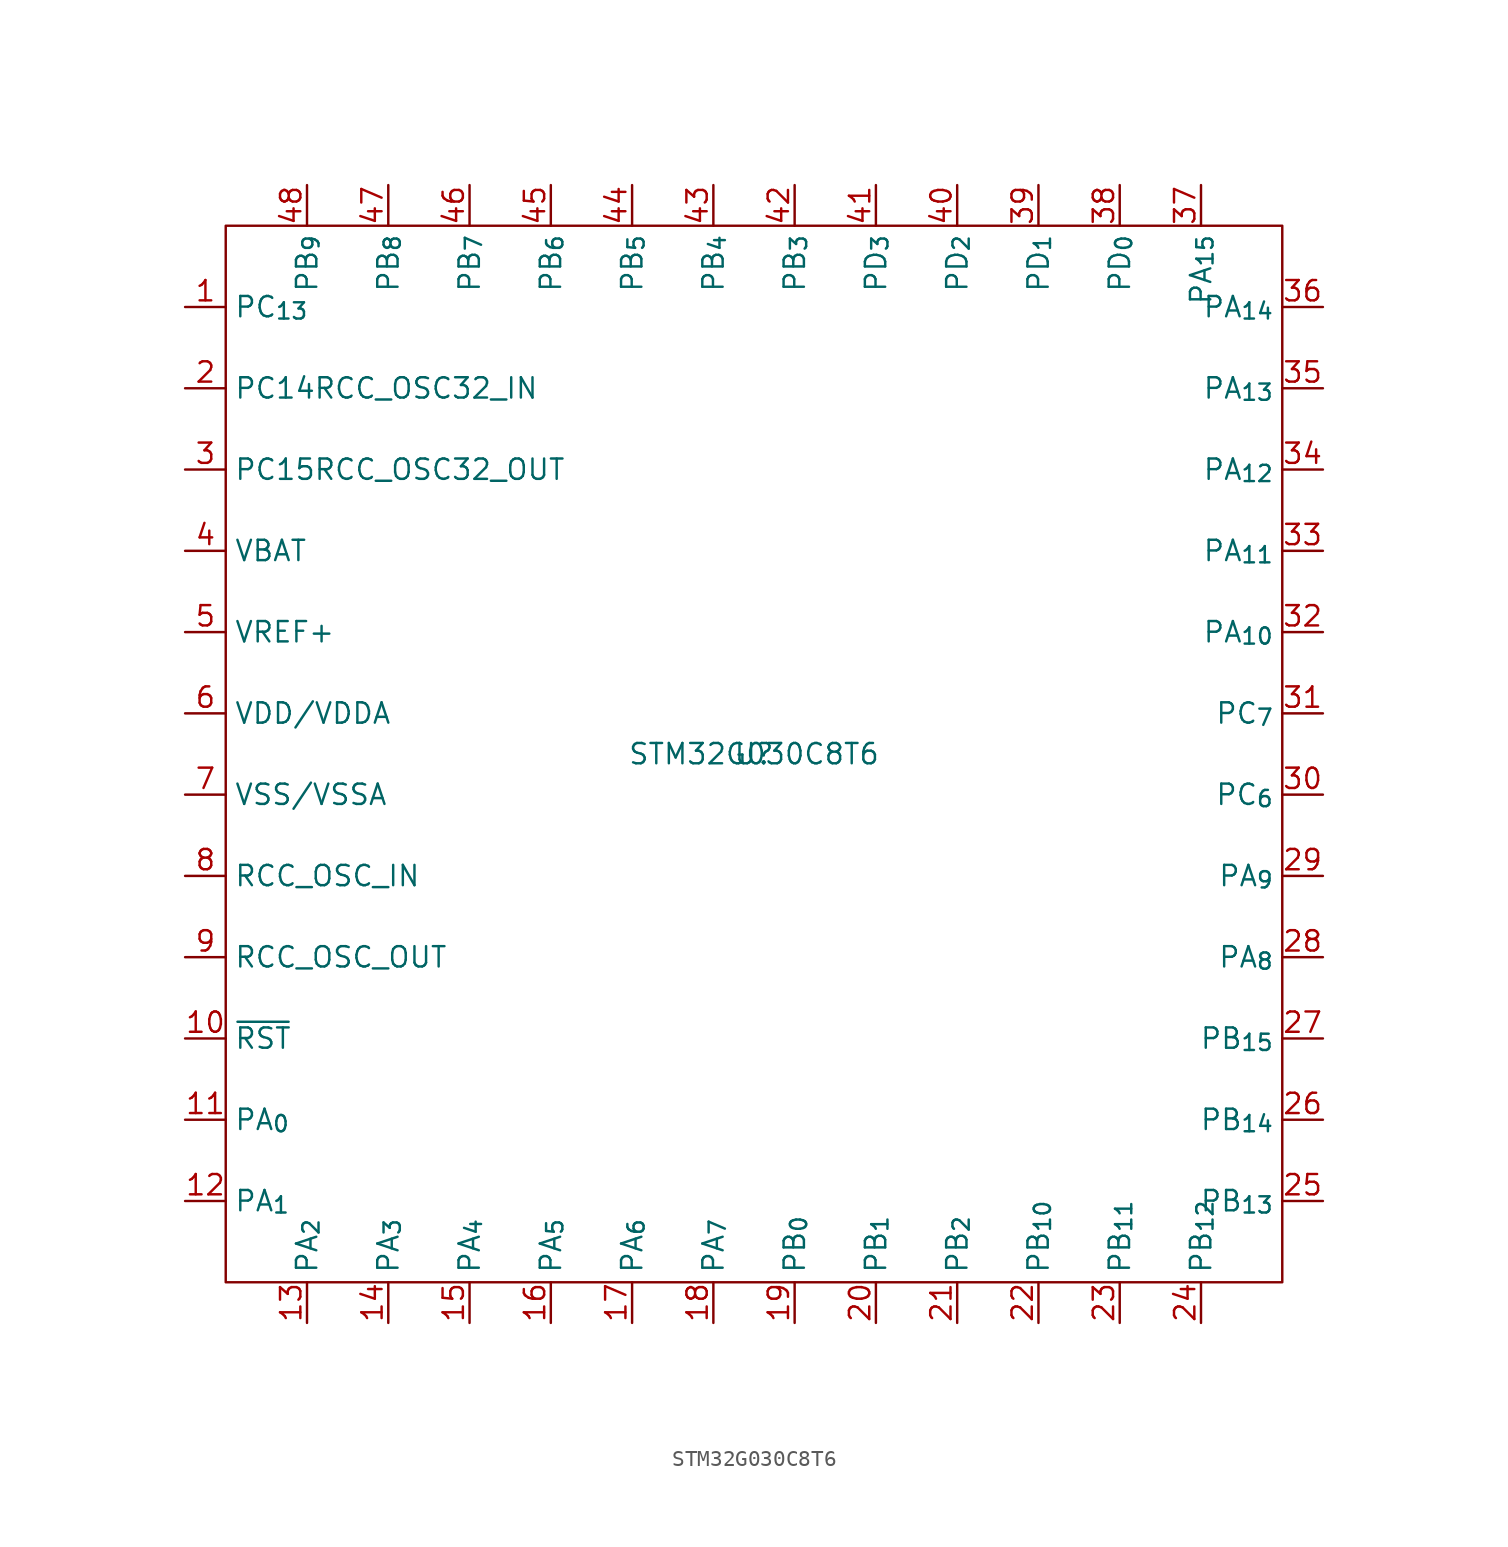
<source format=kicad_sym>
(kicad_symbol_lib
  (version 20211014)
  (generator kicad_symbol_editor)
  (symbol "STM32G030C8T6"
    (property "Reference" "U"
      (at 0 0 0)
      (effects (font (size 1.27 1.27))))
    (property "Value" "STM32G030C8T6"
      (at 0 0 0)
      (effects (font (size 1.27 1.27))))
    (symbol "STM32G030C8T6_0_1"
      (rectangle (start -33.02 33.02) (end 33.02 -33.02) (stroke (width 0) (type default) (color 0 0 0 0)) (fill (type none))))
    (symbol "STM32G030C8T6_1_1"
      (pin input line (at -35.56 27.94 0) (length 2.54) (name "PC_{13}" (effects (font (size 1.27 1.27)))) (number "1" (effects (font (size 1.27 1.27)))))
      (pin input line (at -35.56 -17.78 0) (length 2.54) (name "~{RST}" (effects (font (size 1.27 1.27)))) (number "10" (effects (font (size 1.27 1.27)))))
      (pin input line (at -35.56 -22.86 0) (length 2.54) (name "PA_{0}" (effects (font (size 1.27 1.27)))) (number "11" (effects (font (size 1.27 1.27)))))
      (pin input line (at -35.56 -27.94 0) (length 2.54) (name "PA_{1}" (effects (font (size 1.27 1.27)))) (number "12" (effects (font (size 1.27 1.27)))))
      (pin input line (at -27.94 -35.56 90) (length 2.54) (name "PA_{2}" (effects (font (size 1.27 1.27)))) (number "13" (effects (font (size 1.27 1.27)))))
      (pin input line (at -22.86 -35.56 90) (length 2.54) (name "PA_{3}" (effects (font (size 1.27 1.27)))) (number "14" (effects (font (size 1.27 1.27)))))
      (pin input line (at -17.78 -35.56 90) (length 2.54) (name "PA_{4}" (effects (font (size 1.27 1.27)))) (number "15" (effects (font (size 1.27 1.27)))))
      (pin input line (at -12.7 -35.56 90) (length 2.54) (name "PA_{5}" (effects (font (size 1.27 1.27)))) (number "16" (effects (font (size 1.27 1.27)))))
      (pin input line (at -7.62 -35.56 90) (length 2.54) (name "PA_{6}" (effects (font (size 1.27 1.27)))) (number "17" (effects (font (size 1.27 1.27)))))
      (pin input line (at -2.54 -35.56 90) (length 2.54) (name "PA_{7}" (effects (font (size 1.27 1.27)))) (number "18" (effects (font (size 1.27 1.27)))))
      (pin input line (at 2.54 -35.56 90) (length 2.54) (name "PB_{0}" (effects (font (size 1.27 1.27)))) (number "19" (effects (font (size 1.27 1.27)))))
      (pin input line (at -35.56 22.86 0) (length 2.54) (name "PC14RCC_OSC32_IN" (effects (font (size 1.27 1.27)))) (number "2" (effects (font (size 1.27 1.27)))))
      (pin input line (at 7.62 -35.56 90) (length 2.54) (name "PB_{1}" (effects (font (size 1.27 1.27)))) (number "20" (effects (font (size 1.27 1.27)))))
      (pin input line (at 12.7 -35.56 90) (length 2.54) (name "PB_{2}" (effects (font (size 1.27 1.27)))) (number "21" (effects (font (size 1.27 1.27)))))
      (pin input line (at 17.78 -35.56 90) (length 2.54) (name "PB_{10}" (effects (font (size 1.27 1.27)))) (number "22" (effects (font (size 1.27 1.27)))))
      (pin input line (at 22.86 -35.56 90) (length 2.54) (name "PB_{11}" (effects (font (size 1.27 1.27)))) (number "23" (effects (font (size 1.27 1.27)))))
      (pin input line (at 27.94 -35.56 90) (length 2.54) (name "PB_{12}" (effects (font (size 1.27 1.27)))) (number "24" (effects (font (size 1.27 1.27)))))
      (pin input line (at 35.56 -27.94 180) (length 2.54) (name "PB_{13}" (effects (font (size 1.27 1.27)))) (number "25" (effects (font (size 1.27 1.27)))))
      (pin input line (at 35.56 -22.86 180) (length 2.54) (name "PB_{14}" (effects (font (size 1.27 1.27)))) (number "26" (effects (font (size 1.27 1.27)))))
      (pin input line (at 35.56 -17.78 180) (length 2.54) (name "PB_{15}" (effects (font (size 1.27 1.27)))) (number "27" (effects (font (size 1.27 1.27)))))
      (pin input line (at 35.56 -12.7 180) (length 2.54) (name "PA_{8}" (effects (font (size 1.27 1.27)))) (number "28" (effects (font (size 1.27 1.27)))))
      (pin input line (at 35.56 -7.62 180) (length 2.54) (name "PA_{9}" (effects (font (size 1.27 1.27)))) (number "29" (effects (font (size 1.27 1.27)))))
      (pin input line (at -35.56 17.78 0) (length 2.54) (name "PC15RCC_OSC32_OUT" (effects (font (size 1.27 1.27)))) (number "3" (effects (font (size 1.27 1.27)))))
      (pin input line (at 35.56 -2.54 180) (length 2.54) (name "PC_{6}" (effects (font (size 1.27 1.27)))) (number "30" (effects (font (size 1.27 1.27)))))
      (pin input line (at 35.56 2.54 180) (length 2.54) (name "PC_{7}" (effects (font (size 1.27 1.27)))) (number "31" (effects (font (size 1.27 1.27)))))
      (pin input line (at 35.56 7.62 180) (length 2.54) (name "PA_{10}" (effects (font (size 1.27 1.27)))) (number "32" (effects (font (size 1.27 1.27)))))
      (pin input line (at 35.56 12.7 180) (length 2.54) (name "PA_{11}" (effects (font (size 1.27 1.27)))) (number "33" (effects (font (size 1.27 1.27)))))
      (pin input line (at 35.56 17.78 180) (length 2.54) (name "PA_{12}" (effects (font (size 1.27 1.27)))) (number "34" (effects (font (size 1.27 1.27)))))
      (pin input line (at 35.56 22.86 180) (length 2.54) (name "PA_{13}" (effects (font (size 1.27 1.27)))) (number "35" (effects (font (size 1.27 1.27)))))
      (pin input line (at 35.56 27.94 180) (length 2.54) (name "PA_{14}" (effects (font (size 1.27 1.27)))) (number "36" (effects (font (size 1.27 1.27)))))
      (pin input line (at 27.94 35.56 270) (length 2.54) (name "PA_{15}" (effects (font (size 1.27 1.27)))) (number "37" (effects (font (size 1.27 1.27)))))
      (pin input line (at 22.86 35.56 270) (length 2.54) (name "PD_{0}" (effects (font (size 1.27 1.27)))) (number "38" (effects (font (size 1.27 1.27)))))
      (pin input line (at 17.78 35.56 270) (length 2.54) (name "PD_{1}" (effects (font (size 1.27 1.27)))) (number "39" (effects (font (size 1.27 1.27)))))
      (pin power_in line (at -35.56 12.7 0) (length 2.54) (name "VBAT" (effects (font (size 1.27 1.27)))) (number "4" (effects (font (size 1.27 1.27)))))
      (pin input line (at 12.7 35.56 270) (length 2.54) (name "PD_{2}" (effects (font (size 1.27 1.27)))) (number "40" (effects (font (size 1.27 1.27)))))
      (pin input line (at 7.62 35.56 270) (length 2.54) (name "PD_{3}" (effects (font (size 1.27 1.27)))) (number "41" (effects (font (size 1.27 1.27)))))
      (pin input line (at 2.54 35.56 270) (length 2.54) (name "PB_{3}" (effects (font (size 1.27 1.27)))) (number "42" (effects (font (size 1.27 1.27)))))
      (pin input line (at -2.54 35.56 270) (length 2.54) (name "PB_{4}" (effects (font (size 1.27 1.27)))) (number "43" (effects (font (size 1.27 1.27)))))
      (pin input line (at -7.62 35.56 270) (length 2.54) (name "PB_{5}" (effects (font (size 1.27 1.27)))) (number "44" (effects (font (size 1.27 1.27)))))
      (pin input line (at -12.7 35.56 270) (length 2.54) (name "PB_{6}" (effects (font (size 1.27 1.27)))) (number "45" (effects (font (size 1.27 1.27)))))
      (pin input line (at -17.78 35.56 270) (length 2.54) (name "PB_{7}" (effects (font (size 1.27 1.27)))) (number "46" (effects (font (size 1.27 1.27)))))
      (pin input line (at -22.86 35.56 270) (length 2.54) (name "PB_{8}" (effects (font (size 1.27 1.27)))) (number "47" (effects (font (size 1.27 1.27)))))
      (pin input line (at -27.94 35.56 270) (length 2.54) (name "PB_{9}" (effects (font (size 1.27 1.27)))) (number "48" (effects (font (size 1.27 1.27)))))
      (pin power_in line (at -35.56 7.62 0) (length 2.54) (name "VREF+" (effects (font (size 1.27 1.27)))) (number "5" (effects (font (size 1.27 1.27)))))
      (pin power_in line (at -35.56 2.54 0) (length 2.54) (name "VDD/VDDA" (effects (font (size 1.27 1.27)))) (number "6" (effects (font (size 1.27 1.27)))))
      (pin power_in line (at -35.56 -2.54 0) (length 2.54) (name "VSS/VSSA" (effects (font (size 1.27 1.27)))) (number "7" (effects (font (size 1.27 1.27)))))
      (pin input line (at -35.56 -7.62 0) (length 2.54) (name "RCC_OSC_IN" (effects (font (size 1.27 1.27)))) (number "8" (effects (font (size 1.27 1.27)))))
      (pin input line (at -35.56 -12.7 0) (length 2.54) (name "RCC_OSC_OUT" (effects (font (size 1.27 1.27)))) (number "9" (effects (font (size 1.27 1.27))))))))
</source>
